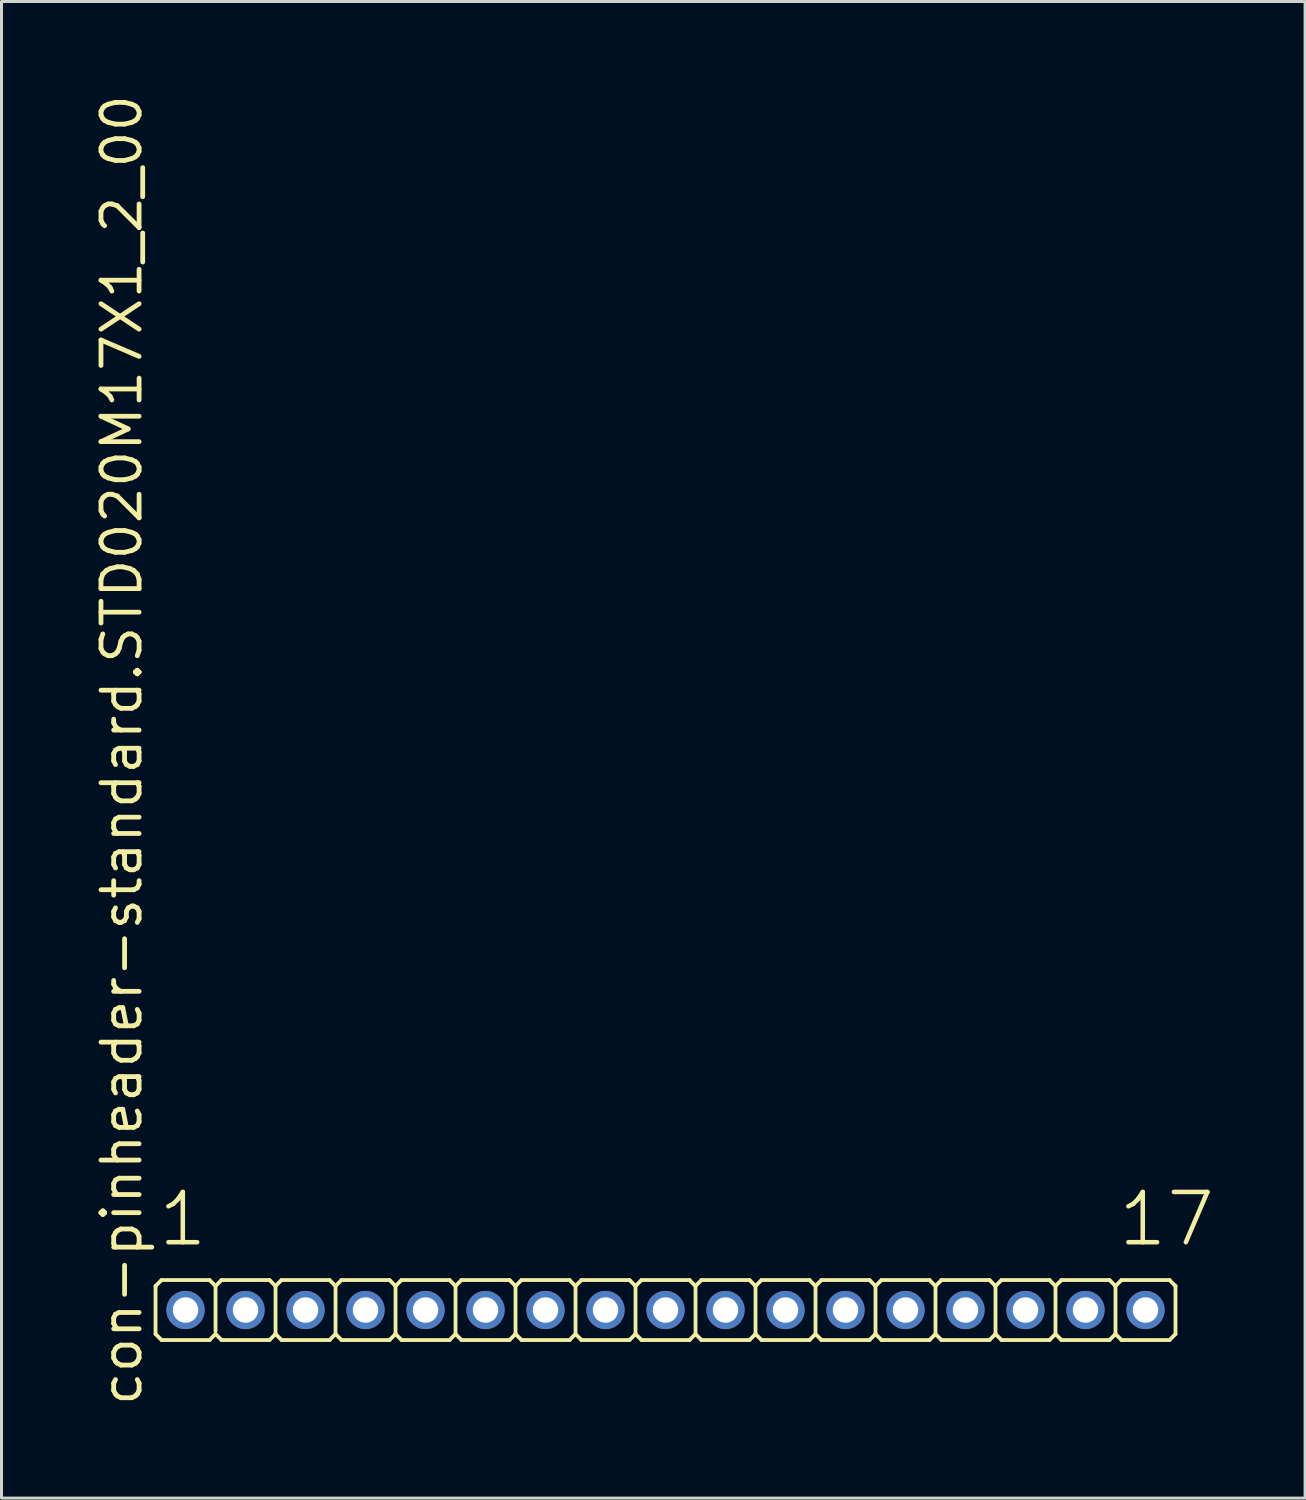
<source format=kicad_pcb>
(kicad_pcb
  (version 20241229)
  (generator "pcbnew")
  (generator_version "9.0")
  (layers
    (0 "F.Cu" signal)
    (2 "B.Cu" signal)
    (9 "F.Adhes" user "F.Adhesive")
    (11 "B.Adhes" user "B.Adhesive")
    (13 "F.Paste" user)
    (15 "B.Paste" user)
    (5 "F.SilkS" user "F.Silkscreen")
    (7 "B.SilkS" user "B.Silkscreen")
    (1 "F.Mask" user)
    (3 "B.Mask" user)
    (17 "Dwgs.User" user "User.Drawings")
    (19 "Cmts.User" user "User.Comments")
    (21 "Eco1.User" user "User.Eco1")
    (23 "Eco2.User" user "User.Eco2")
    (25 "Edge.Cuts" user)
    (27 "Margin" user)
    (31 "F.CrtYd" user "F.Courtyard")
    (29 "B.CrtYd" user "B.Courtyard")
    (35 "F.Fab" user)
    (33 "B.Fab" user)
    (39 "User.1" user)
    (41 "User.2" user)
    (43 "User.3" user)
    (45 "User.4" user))
  (footprint "con-pinheader-standard.STD020M17X1_2_00"
    (layer "F.Cu")
    (at 19.135 40.62)
    (property "Reference" "con-pinheader-standard.STD020M17X1_2_00" (at -17.385 3.27 90) (layer "F.SilkS") (effects (font (size 1.27 1.27) (thickness 0.16)) (justify left bottom)))
    (attr through_hole)
    (fp_line (start -17 0.8) (end -17 -0.8) (stroke (width 0.127) (type default)) (layer "F.SilkS"))
    (fp_line (start -16.8 -1) (end -17 -0.8) (stroke (width 0.127) (type default)) (layer "F.SilkS"))
    (fp_line (start -16.8 -1) (end -15.2 -1) (stroke (width 0.127) (type default)) (layer "F.SilkS"))
    (fp_line (start -16.8 1) (end -17 0.8) (stroke (width 0.127) (type default)) (layer "F.SilkS"))
    (fp_line (start -15.2 -1) (end -15 -0.8) (stroke (width 0.127) (type default)) (layer "F.SilkS"))
    (fp_line (start -15.2 1) (end -16.8 1) (stroke (width 0.127) (type default)) (layer "F.SilkS"))
    (fp_line (start -15.2 1) (end -15 0.8) (stroke (width 0.127) (type default)) (layer "F.SilkS"))
    (fp_line (start -15 -0.8) (end -15 0.7) (stroke (width 0.127) (type default)) (layer "F.SilkS"))
    (fp_line (start -14.8 -1) (end -15 -0.8) (stroke (width 0.127) (type default)) (layer "F.SilkS"))
    (fp_line (start -14.8 -1) (end -13.2 -1) (stroke (width 0.127) (type default)) (layer "F.SilkS"))
    (fp_line (start -14.8 1) (end -15 0.8) (stroke (width 0.127) (type default)) (layer "F.SilkS"))
    (fp_line (start -13.2 -1) (end -13 -0.8) (stroke (width 0.127) (type default)) (layer "F.SilkS"))
    (fp_line (start -13.2 1) (end -14.8 1) (stroke (width 0.127) (type default)) (layer "F.SilkS"))
    (fp_line (start -13.2 1) (end -13 0.8) (stroke (width 0.127) (type default)) (layer "F.SilkS"))
    (fp_line (start -13 -0.8) (end -13 0.8) (stroke (width 0.127) (type default)) (layer "F.SilkS"))
    (fp_line (start -12.8 -1) (end -13 -0.8) (stroke (width 0.127) (type default)) (layer "F.SilkS"))
    (fp_line (start -12.8 -1) (end -11.2 -1) (stroke (width 0.127) (type default)) (layer "F.SilkS"))
    (fp_line (start -12.8 1) (end -13 0.8) (stroke (width 0.127) (type default)) (layer "F.SilkS"))
    (fp_line (start -11.2 -1) (end -11 -0.8) (stroke (width 0.127) (type default)) (layer "F.SilkS"))
    (fp_line (start -11.2 1) (end -12.8 1) (stroke (width 0.127) (type default)) (layer "F.SilkS"))
    (fp_line (start -11.2 1) (end -11 0.8) (stroke (width 0.127) (type default)) (layer "F.SilkS"))
    (fp_line (start -11 -0.8) (end -11 0.8) (stroke (width 0.127) (type default)) (layer "F.SilkS"))
    (fp_line (start -10.8 -1) (end -11 -0.8) (stroke (width 0.127) (type default)) (layer "F.SilkS"))
    (fp_line (start -10.8 -1) (end -9.2 -1) (stroke (width 0.127) (type default)) (layer "F.SilkS"))
    (fp_line (start -10.8 1) (end -11 0.8) (stroke (width 0.127) (type default)) (layer "F.SilkS"))
    (fp_line (start -9.2 -1) (end -9 -0.8) (stroke (width 0.127) (type default)) (layer "F.SilkS"))
    (fp_line (start -9.2 1) (end -10.8 1) (stroke (width 0.127) (type default)) (layer "F.SilkS"))
    (fp_line (start -9.2 1) (end -9 0.8) (stroke (width 0.127) (type default)) (layer "F.SilkS"))
    (fp_line (start -9 -0.8) (end -9 0.8) (stroke (width 0.127) (type default)) (layer "F.SilkS"))
    (fp_line (start -8.8 -1) (end -9 -0.8) (stroke (width 0.127) (type default)) (layer "F.SilkS"))
    (fp_line (start -8.8 -1) (end -7.2 -1) (stroke (width 0.127) (type default)) (layer "F.SilkS"))
    (fp_line (start -8.8 1) (end -9 0.8) (stroke (width 0.127) (type default)) (layer "F.SilkS"))
    (fp_line (start -7.2 -1) (end -7 -0.8) (stroke (width 0.127) (type default)) (layer "F.SilkS"))
    (fp_line (start -7.2 1) (end -8.8 1) (stroke (width 0.127) (type default)) (layer "F.SilkS"))
    (fp_line (start -7.2 1) (end -7 0.8) (stroke (width 0.127) (type default)) (layer "F.SilkS"))
    (fp_line (start -7 -0.8) (end -7 0.8) (stroke (width 0.127) (type default)) (layer "F.SilkS"))
    (fp_line (start -6.8 -1) (end -7 -0.8) (stroke (width 0.127) (type default)) (layer "F.SilkS"))
    (fp_line (start -6.8 -1) (end -5.2 -1) (stroke (width 0.127) (type default)) (layer "F.SilkS"))
    (fp_line (start -6.8 1) (end -7 0.8) (stroke (width 0.127) (type default)) (layer "F.SilkS"))
    (fp_line (start -5.2 -1) (end -5 -0.8) (stroke (width 0.127) (type default)) (layer "F.SilkS"))
    (fp_line (start -5.2 1) (end -6.8 1) (stroke (width 0.127) (type default)) (layer "F.SilkS"))
    (fp_line (start -5.2 1) (end -5 0.8) (stroke (width 0.127) (type default)) (layer "F.SilkS"))
    (fp_line (start -5 -0.8) (end -5 0.8) (stroke (width 0.127) (type default)) (layer "F.SilkS"))
    (fp_line (start -4.8 -1) (end -5 -0.8) (stroke (width 0.127) (type default)) (layer "F.SilkS"))
    (fp_line (start -4.8 -1) (end -3.2 -1) (stroke (width 0.127) (type default)) (layer "F.SilkS"))
    (fp_line (start -4.8 1) (end -5 0.8) (stroke (width 0.127) (type default)) (layer "F.SilkS"))
    (fp_line (start -3.2 -1) (end -3 -0.8) (stroke (width 0.127) (type default)) (layer "F.SilkS"))
    (fp_line (start -3.2 1) (end -4.8 1) (stroke (width 0.127) (type default)) (layer "F.SilkS"))
    (fp_line (start -3.2 1) (end -3 0.8) (stroke (width 0.127) (type default)) (layer "F.SilkS"))
    (fp_line (start -3 -0.8) (end -3 0.8) (stroke (width 0.127) (type default)) (layer "F.SilkS"))
    (fp_line (start -2.8 -1) (end -3 -0.8) (stroke (width 0.127) (type default)) (layer "F.SilkS"))
    (fp_line (start -2.8 -1) (end -1.2 -1) (stroke (width 0.127) (type default)) (layer "F.SilkS"))
    (fp_line (start -2.8 1) (end -3 0.8) (stroke (width 0.127) (type default)) (layer "F.SilkS"))
    (fp_line (start -1.2 -1) (end -1 -0.8) (stroke (width 0.127) (type default)) (layer "F.SilkS"))
    (fp_line (start -1.2 1) (end -2.8 1) (stroke (width 0.127) (type default)) (layer "F.SilkS"))
    (fp_line (start -1.2 1) (end -1 0.8) (stroke (width 0.127) (type default)) (layer "F.SilkS"))
    (fp_line (start -1 -0.8) (end -1 0.8) (stroke (width 0.127) (type default)) (layer "F.SilkS"))
    (fp_line (start -0.8 -1) (end -1 -0.8) (stroke (width 0.127) (type default)) (layer "F.SilkS"))
    (fp_line (start -0.8 -1) (end 0.8 -1) (stroke (width 0.127) (type default)) (layer "F.SilkS"))
    (fp_line (start -0.8 1) (end -1 0.8) (stroke (width 0.127) (type default)) (layer "F.SilkS"))
    (fp_line (start 0.8 -1) (end 1 -0.8) (stroke (width 0.127) (type default)) (layer "F.SilkS"))
    (fp_line (start 0.8 1) (end -0.8 1) (stroke (width 0.127) (type default)) (layer "F.SilkS"))
    (fp_line (start 0.8 1) (end 1 0.8) (stroke (width 0.127) (type default)) (layer "F.SilkS"))
    (fp_line (start 1 -0.8) (end 1 0.8) (stroke (width 0.127) (type default)) (layer "F.SilkS"))
    (fp_line (start 1.2 -1) (end 1 -0.8) (stroke (width 0.127) (type default)) (layer "F.SilkS"))
    (fp_line (start 1.2 -1) (end 2.8 -1) (stroke (width 0.127) (type default)) (layer "F.SilkS"))
    (fp_line (start 1.2 1) (end 1 0.8) (stroke (width 0.127) (type default)) (layer "F.SilkS"))
    (fp_line (start 2.8 -1) (end 3 -0.8) (stroke (width 0.127) (type default)) (layer "F.SilkS"))
    (fp_line (start 2.8 1) (end 1.2 1) (stroke (width 0.127) (type default)) (layer "F.SilkS"))
    (fp_line (start 2.8 1) (end 3 0.8) (stroke (width 0.127) (type default)) (layer "F.SilkS"))
    (fp_line (start 3 -0.8) (end 3 0.8) (stroke (width 0.127) (type default)) (layer "F.SilkS"))
    (fp_line (start 3.2 -1) (end 3 -0.8) (stroke (width 0.127) (type default)) (layer "F.SilkS"))
    (fp_line (start 3.2 -1) (end 4.8 -1) (stroke (width 0.127) (type default)) (layer "F.SilkS"))
    (fp_line (start 3.2 1) (end 3 0.8) (stroke (width 0.127) (type default)) (layer "F.SilkS"))
    (fp_line (start 4.8 -1) (end 5 -0.8) (stroke (width 0.127) (type default)) (layer "F.SilkS"))
    (fp_line (start 4.8 1) (end 3.2 1) (stroke (width 0.127) (type default)) (layer "F.SilkS"))
    (fp_line (start 4.8 1) (end 5 0.8) (stroke (width 0.127) (type default)) (layer "F.SilkS"))
    (fp_line (start 5 -0.8) (end 5 0.8) (stroke (width 0.127) (type default)) (layer "F.SilkS"))
    (fp_line (start 5.2 -1) (end 5 -0.8) (stroke (width 0.127) (type default)) (layer "F.SilkS"))
    (fp_line (start 5.2 -1) (end 6.8 -1) (stroke (width 0.127) (type default)) (layer "F.SilkS"))
    (fp_line (start 5.2 1) (end 5 0.8) (stroke (width 0.127) (type default)) (layer "F.SilkS"))
    (fp_line (start 6.8 -1) (end 7 -0.8) (stroke (width 0.127) (type default)) (layer "F.SilkS"))
    (fp_line (start 6.8 1) (end 5.2 1) (stroke (width 0.127) (type default)) (layer "F.SilkS"))
    (fp_line (start 6.8 1) (end 7 0.8) (stroke (width 0.127) (type default)) (layer "F.SilkS"))
    (fp_line (start 7 -0.8) (end 7 0.8) (stroke (width 0.127) (type default)) (layer "F.SilkS"))
    (fp_line (start 7.2 -1) (end 7 -0.8) (stroke (width 0.127) (type default)) (layer "F.SilkS"))
    (fp_line (start 7.2 -1) (end 8.8 -1) (stroke (width 0.127) (type default)) (layer "F.SilkS"))
    (fp_line (start 7.2 1) (end 7 0.8) (stroke (width 0.127) (type default)) (layer "F.SilkS"))
    (fp_line (start 8.8 -1) (end 9 -0.8) (stroke (width 0.127) (type default)) (layer "F.SilkS"))
    (fp_line (start 8.8 1) (end 7.2 1) (stroke (width 0.127) (type default)) (layer "F.SilkS"))
    (fp_line (start 8.8 1) (end 9 0.8) (stroke (width 0.127) (type default)) (layer "F.SilkS"))
    (fp_line (start 9 -0.8) (end 9 0.8) (stroke (width 0.127) (type default)) (layer "F.SilkS"))
    (fp_line (start 9.2 -1) (end 9 -0.8) (stroke (width 0.127) (type default)) (layer "F.SilkS"))
    (fp_line (start 9.2 -1) (end 10.8 -1) (stroke (width 0.127) (type default)) (layer "F.SilkS"))
    (fp_line (start 9.2 1) (end 9 0.8) (stroke (width 0.127) (type default)) (layer "F.SilkS"))
    (fp_line (start 10.8 -1) (end 11 -0.8) (stroke (width 0.127) (type default)) (layer "F.SilkS"))
    (fp_line (start 10.8 1) (end 9.2 1) (stroke (width 0.127) (type default)) (layer "F.SilkS"))
    (fp_line (start 10.8 1) (end 11 0.8) (stroke (width 0.127) (type default)) (layer "F.SilkS"))
    (fp_line (start 11 -0.8) (end 11 0.8) (stroke (width 0.127) (type default)) (layer "F.SilkS"))
    (fp_line (start 11.2 -1) (end 11 -0.8) (stroke (width 0.127) (type default)) (layer "F.SilkS"))
    (fp_line (start 11.2 -1) (end 12.8 -1) (stroke (width 0.127) (type default)) (layer "F.SilkS"))
    (fp_line (start 11.2 1) (end 11 0.8) (stroke (width 0.127) (type default)) (layer "F.SilkS"))
    (fp_line (start 12.8 -1) (end 13 -0.8) (stroke (width 0.127) (type default)) (layer "F.SilkS"))
    (fp_line (start 12.8 1) (end 11.2 1) (stroke (width 0.127) (type default)) (layer "F.SilkS"))
    (fp_line (start 12.8 1) (end 13 0.8) (stroke (width 0.127) (type default)) (layer "F.SilkS"))
    (fp_line (start 13 -0.8) (end 13 0.8) (stroke (width 0.127) (type default)) (layer "F.SilkS"))
    (fp_line (start 13.2 -1) (end 13 -0.8) (stroke (width 0.127) (type default)) (layer "F.SilkS"))
    (fp_line (start 13.2 -1) (end 14.8 -1) (stroke (width 0.127) (type default)) (layer "F.SilkS"))
    (fp_line (start 13.2 1) (end 13 0.8) (stroke (width 0.127) (type default)) (layer "F.SilkS"))
    (fp_line (start 14.8 -1) (end 15 -0.8) (stroke (width 0.127) (type default)) (layer "F.SilkS"))
    (fp_line (start 14.8 1) (end 13.2 1) (stroke (width 0.127) (type default)) (layer "F.SilkS"))
    (fp_line (start 14.8 1) (end 15 0.8) (stroke (width 0.127) (type default)) (layer "F.SilkS"))
    (fp_line (start 15 -0.8) (end 15 0.8) (stroke (width 0.127) (type default)) (layer "F.SilkS"))
    (fp_line (start 15.2 -1) (end 15 -0.8) (stroke (width 0.127) (type default)) (layer "F.SilkS"))
    (fp_line (start 15.2 -1) (end 16.8 -1) (stroke (width 0.127) (type default)) (layer "F.SilkS"))
    (fp_line (start 15.2 1) (end 15 0.8) (stroke (width 0.127) (type default)) (layer "F.SilkS"))
    (fp_line (start 16.8 -1) (end 17 -0.8) (stroke (width 0.127) (type default)) (layer "F.SilkS"))
    (fp_line (start 16.8 1) (end 15.2 1) (stroke (width 0.127) (type default)) (layer "F.SilkS"))
    (fp_line (start 16.8 1) (end 17 0.8) (stroke (width 0.127) (type default)) (layer "F.SilkS"))
    (fp_line (start 17 -0.8) (end 17 0.8) (stroke (width 0.127) (type default)) (layer "F.SilkS"))
    (fp_rect (start -16.25 0.25) (end -15.75 -0.25) (stroke (width 0.05) (type default)) (fill no) (layer "F.Fab"))
    (fp_rect (start -14.25 0.25) (end -13.75 -0.25) (stroke (width 0.05) (type default)) (fill no) (layer "F.Fab"))
    (fp_rect (start -12.25 0.25) (end -11.75 -0.25) (stroke (width 0.05) (type default)) (fill no) (layer "F.Fab"))
    (fp_rect (start -10.25 0.25) (end -9.75 -0.25) (stroke (width 0.05) (type default)) (fill no) (layer "F.Fab"))
    (fp_rect (start -8.25 0.25) (end -7.75 -0.25) (stroke (width 0.05) (type default)) (fill no) (layer "F.Fab"))
    (fp_rect (start -6.25 0.25) (end -5.75 -0.25) (stroke (width 0.05) (type default)) (fill no) (layer "F.Fab"))
    (fp_rect (start -4.25 0.25) (end -3.75 -0.25) (stroke (width 0.05) (type default)) (fill no) (layer "F.Fab"))
    (fp_rect (start -2.25 0.25) (end -1.75 -0.25) (stroke (width 0.05) (type default)) (fill no) (layer "F.Fab"))
    (fp_rect (start -0.25 0.25) (end 0.25 -0.25) (stroke (width 0.05) (type default)) (fill no) (layer "F.Fab"))
    (fp_rect (start 1.75 0.25) (end 2.25 -0.25) (stroke (width 0.05) (type default)) (fill no) (layer "F.Fab"))
    (fp_rect (start 3.75 0.25) (end 4.25 -0.25) (stroke (width 0.05) (type default)) (fill no) (layer "F.Fab"))
    (fp_rect (start 5.75 0.25) (end 6.25 -0.25) (stroke (width 0.05) (type default)) (fill no) (layer "F.Fab"))
    (fp_rect (start 7.75 0.25) (end 8.25 -0.25) (stroke (width 0.05) (type default)) (fill no) (layer "F.Fab"))
    (fp_rect (start 9.75 0.25) (end 10.25 -0.25) (stroke (width 0.05) (type default)) (fill no) (layer "F.Fab"))
    (fp_rect (start 11.75 0.25) (end 12.25 -0.25) (stroke (width 0.05) (type default)) (fill no) (layer "F.Fab"))
    (fp_rect (start 13.75 0.25) (end 14.25 -0.25) (stroke (width 0.05) (type default)) (fill no) (layer "F.Fab"))
    (fp_rect (start 15.75 0.25) (end 16.25 -0.25) (stroke (width 0.05) (type default)) (fill no) (layer "F.Fab"))
    (fp_text user "17" (at 15.012 -2.048 0) (layer "F.SilkS") (effects (font (size 1.676 1.676) (thickness 0.15)) (justify left bottom)))
    (fp_text user "1" (at -16.988 -2.048 0) (layer "F.SilkS") (effects (font (size 1.676 1.676) (thickness 0.15)) (justify left bottom)))
    (pad "1" thru_hole circle (at -16 0) (size 1.275 1.275) (drill 0.85) (layers "*.Cu" "*.Mask"))
    (pad "2" thru_hole circle (at -14 0) (size 1.275 1.275) (drill 0.85) (layers "*.Cu" "*.Mask"))
    (pad "3" thru_hole circle (at -12 0) (size 1.275 1.275) (drill 0.85) (layers "*.Cu" "*.Mask"))
    (pad "4" thru_hole circle (at -10 0) (size 1.275 1.275) (drill 0.85) (layers "*.Cu" "*.Mask"))
    (pad "5" thru_hole circle (at -8 0) (size 1.275 1.275) (drill 0.85) (layers "*.Cu" "*.Mask"))
    (pad "6" thru_hole circle (at -6 0) (size 1.275 1.275) (drill 0.85) (layers "*.Cu" "*.Mask"))
    (pad "7" thru_hole circle (at -4 0) (size 1.275 1.275) (drill 0.85) (layers "*.Cu" "*.Mask"))
    (pad "8" thru_hole circle (at -2 0) (size 1.275 1.275) (drill 0.85) (layers "*.Cu" "*.Mask"))
    (pad "9" thru_hole circle (at 0 0) (size 1.275 1.275) (drill 0.85) (layers "*.Cu" "*.Mask"))
    (pad "10" thru_hole circle (at 2 0) (size 1.275 1.275) (drill 0.85) (layers "*.Cu" "*.Mask"))
    (pad "11" thru_hole circle (at 4 0) (size 1.275 1.275) (drill 0.85) (layers "*.Cu" "*.Mask"))
    (pad "12" thru_hole circle (at 6 0) (size 1.275 1.275) (drill 0.85) (layers "*.Cu" "*.Mask"))
    (pad "13" thru_hole circle (at 8 0) (size 1.275 1.275) (drill 0.85) (layers "*.Cu" "*.Mask"))
    (pad "14" thru_hole circle (at 10 0) (size 1.275 1.275) (drill 0.85) (layers "*.Cu" "*.Mask"))
    (pad "15" thru_hole circle (at 12 0) (size 1.275 1.275) (drill 0.85) (layers "*.Cu" "*.Mask"))
    (pad "16" thru_hole circle (at 14 0) (size 1.275 1.275) (drill 0.85) (layers "*.Cu" "*.Mask"))
    (pad "17" thru_hole circle (at 16 0) (size 1.275 1.275) (drill 0.85) (layers "*.Cu" "*.Mask")))
  (gr_rect
    (start -3 -3)
    (end 40.455 46.89)
    (stroke (width 0.1) (type default))
    (fill no)
    (layer "Edge.Cuts")))
</source>
